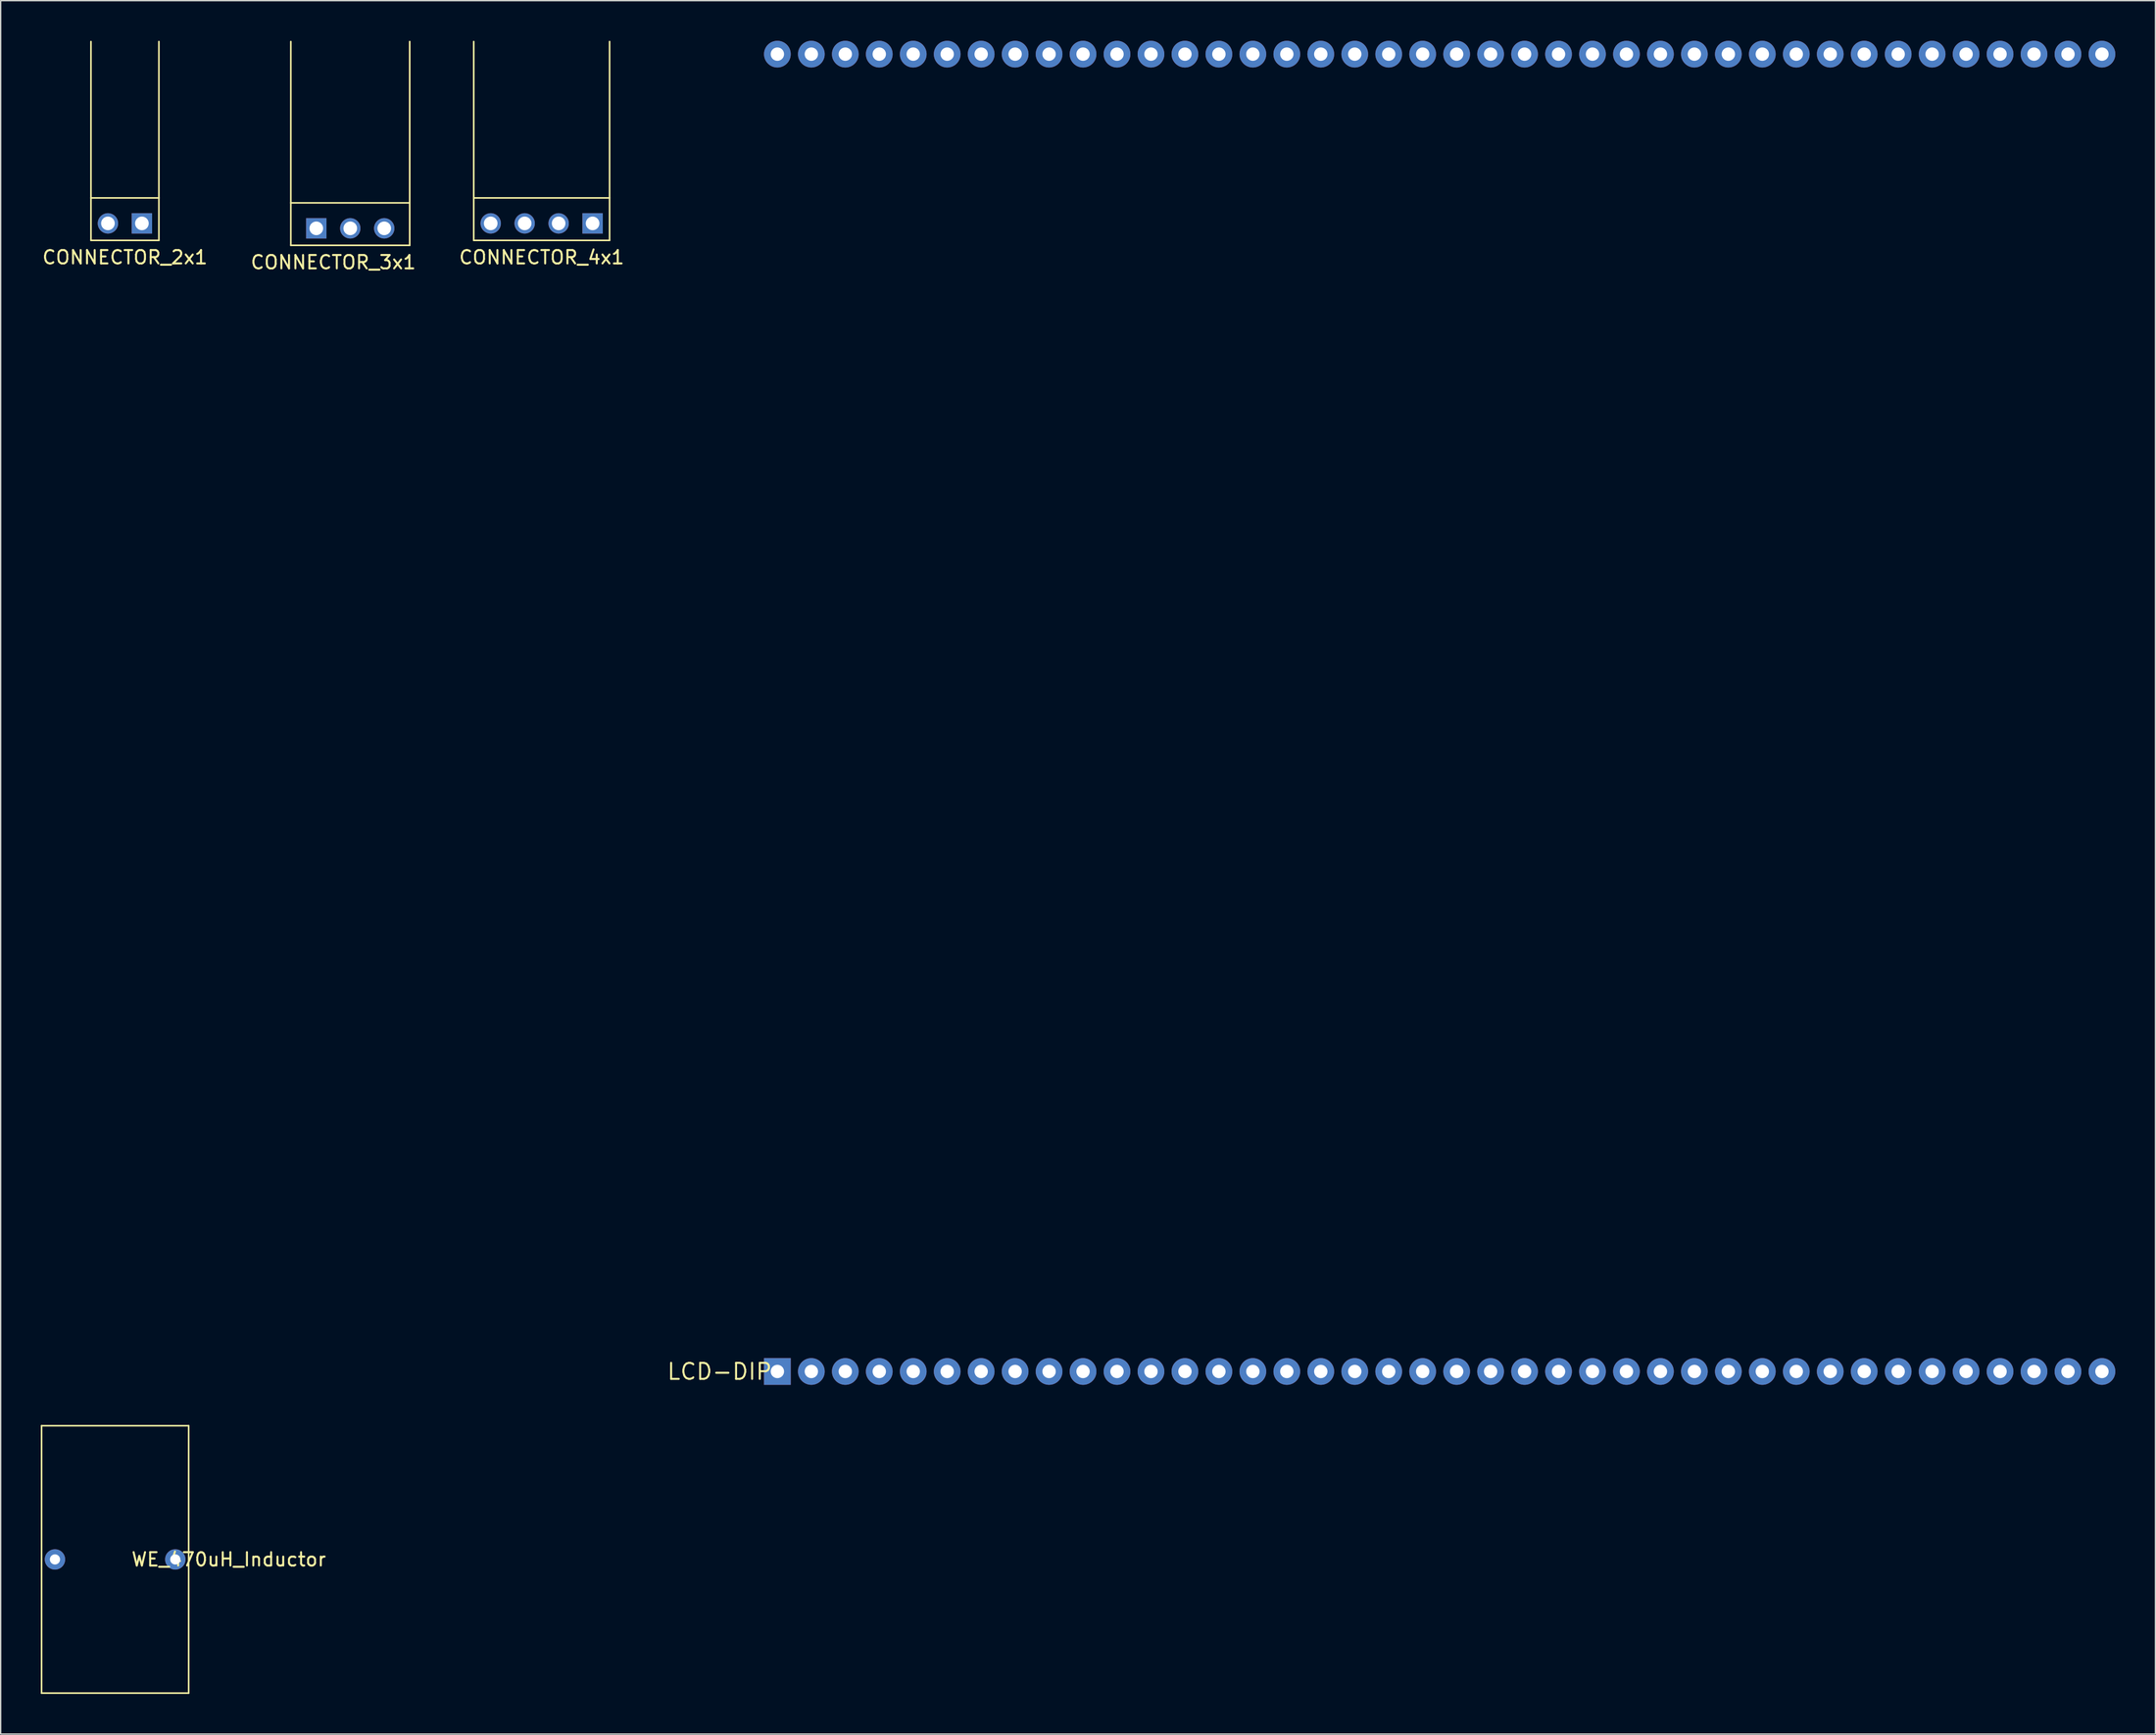
<source format=kicad_pcb>
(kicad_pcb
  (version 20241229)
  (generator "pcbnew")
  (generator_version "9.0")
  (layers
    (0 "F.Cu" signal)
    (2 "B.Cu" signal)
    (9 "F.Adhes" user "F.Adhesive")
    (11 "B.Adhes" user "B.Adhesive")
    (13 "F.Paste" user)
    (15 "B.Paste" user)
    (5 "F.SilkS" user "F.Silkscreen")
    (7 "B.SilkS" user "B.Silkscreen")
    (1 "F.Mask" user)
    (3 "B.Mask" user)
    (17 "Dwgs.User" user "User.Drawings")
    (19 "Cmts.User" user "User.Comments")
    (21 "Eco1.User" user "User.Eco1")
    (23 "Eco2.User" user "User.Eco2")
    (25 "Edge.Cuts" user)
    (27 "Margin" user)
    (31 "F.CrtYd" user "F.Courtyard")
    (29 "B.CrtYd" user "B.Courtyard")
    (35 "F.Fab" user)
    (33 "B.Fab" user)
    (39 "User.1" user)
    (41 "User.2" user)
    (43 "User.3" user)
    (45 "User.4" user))
  (footprint "CONNECTOR_4x1"
    (layer "F.Cu")
    (at 33.648 13.66)
    (property "Reference" "CONNECTOR_4x1" (at 3.81 2.54 0) (layer "F.SilkS") (effects (font (size 1 1) (thickness 0.15))))
    (attr through_hole)
    (fp_line (start -1.27 1.27) (end -1.27 -13.6) (stroke (width 0.12) (type solid)) (layer "F.SilkS"))
    (fp_line (start -1.27 1.27) (end 8.89 1.27) (stroke (width 0.12) (type solid)) (layer "F.SilkS"))
    (fp_line (start 8.89 -1.905) (end -1.27 -1.905) (stroke (width 0.12) (type solid)) (layer "F.SilkS"))
    (fp_line (start 8.89 1.27) (end 8.89 -13.6) (stroke (width 0.12) (type solid)) (layer "F.SilkS"))
    (pad "1" thru_hole rect (at 7.62 0) (size 1.524 1.524) (drill 1.02) (layers "*.Cu" "*.Mask"))
    (pad "2" thru_hole circle (at 5.08 0) (size 1.524 1.524) (drill 1.02) (layers "*.Cu" "*.Mask"))
    (pad "3" thru_hole circle (at 2.54 0) (size 1.524 1.524) (drill 1.02) (layers "*.Cu" "*.Mask"))
    (pad "4" thru_hole circle (at 0 0) (size 1.524 1.524) (drill 1.02) (layers "*.Cu" "*.Mask")))
  (footprint "WE_470uH_Inductor"
    (layer "F.Cu")
    (at 1.06 113.6)
    (property "Reference" "WE_470uH_Inductor" (at 13 0 0) (layer "F.SilkS") (effects (font (size 1 1) (thickness 0.15))))
    (attr through_hole)
    (fp_line (start -1 -10) (end -1 10) (stroke (width 0.12) (type solid)) (layer "F.SilkS"))
    (fp_line (start -1 -10) (end 10 -10) (stroke (width 0.12) (type solid)) (layer "F.SilkS"))
    (fp_line (start 10 10) (end -1 10) (stroke (width 0.12) (type solid)) (layer "F.SilkS"))
    (fp_line (start 10 10) (end 10 -10) (stroke (width 0.12) (type solid)) (layer "F.SilkS"))
    (pad "1" thru_hole circle (at 0 0) (size 1.524 1.524) (drill 0.762) (layers "*.Cu" "*.Mask"))
    (pad "2" thru_hole circle (at 9 0) (size 1.524 1.524) (drill 0.762) (layers "*.Cu" "*.Mask")))
  (footprint "LCD-DIP"
    (layer "F.Cu")
    (at 104.617 50.27)
    (property "Reference" "LCD-DIP" (at -53.848 49.276 180) (layer "F.SilkS") (effects (font (size 1.2 1.2) (thickness 0.15))))
    (attr through_hole)
    (pad "1" thru_hole rect (at -49.53 49.27) (size 2 2) (drill 1) (layers "*.Cu" "*.Mask"))
    (pad "2" thru_hole circle (at -46.99 49.27) (size 2 2) (drill 1) (layers "*.Cu" "*.Mask"))
    (pad "3" thru_hole circle (at -44.45 49.27) (size 2 2) (drill 1) (layers "*.Cu" "*.Mask"))
    (pad "4" thru_hole circle (at -41.91 49.27) (size 2 2) (drill 1) (layers "*.Cu" "*.Mask"))
    (pad "5" thru_hole circle (at -39.37 49.27) (size 2 2) (drill 1) (layers "*.Cu" "*.Mask"))
    (pad "6" thru_hole circle (at -36.83 49.27) (size 2 2) (drill 1) (layers "*.Cu" "*.Mask"))
    (pad "7" thru_hole circle (at -34.29 49.27) (size 2 2) (drill 1) (layers "*.Cu" "*.Mask"))
    (pad "8" thru_hole circle (at -31.75 49.27) (size 2 2) (drill 1) (layers "*.Cu" "*.Mask"))
    (pad "9" thru_hole circle (at -29.21 49.27) (size 2 2) (drill 1) (layers "*.Cu" "*.Mask"))
    (pad "10" thru_hole circle (at -26.67 49.27) (size 2 2) (drill 1) (layers "*.Cu" "*.Mask"))
    (pad "11" thru_hole circle (at -24.13 49.27) (size 2 2) (drill 1) (layers "*.Cu" "*.Mask"))
    (pad "12" thru_hole circle (at -21.59 49.27) (size 2 2) (drill 1) (layers "*.Cu" "*.Mask"))
    (pad "13" thru_hole circle (at -19.05 49.27) (size 2 2) (drill 1) (layers "*.Cu" "*.Mask"))
    (pad "14" thru_hole circle (at -16.51 49.27) (size 2 2) (drill 1) (layers "*.Cu" "*.Mask"))
    (pad "15" thru_hole circle (at -13.97 49.27) (size 2 2) (drill 1) (layers "*.Cu" "*.Mask"))
    (pad "16" thru_hole circle (at -11.43 49.27) (size 2 2) (drill 1) (layers "*.Cu" "*.Mask"))
    (pad "17" thru_hole circle (at -8.89 49.27) (size 2 2) (drill 1) (layers "*.Cu" "*.Mask"))
    (pad "18" thru_hole circle (at -6.35 49.27) (size 2 2) (drill 1) (layers "*.Cu" "*.Mask"))
    (pad "19" thru_hole circle (at -3.81 49.27) (size 2 2) (drill 1) (layers "*.Cu" "*.Mask"))
    (pad "20" thru_hole circle (at -1.27 49.27) (size 2 2) (drill 1) (layers "*.Cu" "*.Mask"))
    (pad "21" thru_hole circle (at 1.27 49.27) (size 2 2) (drill 1) (layers "*.Cu" "*.Mask"))
    (pad "22" thru_hole circle (at 3.81 49.27) (size 2 2) (drill 1) (layers "*.Cu" "*.Mask"))
    (pad "23" thru_hole circle (at 6.35 49.27) (size 2 2) (drill 1) (layers "*.Cu" "*.Mask"))
    (pad "24" thru_hole circle (at 8.89 49.27) (size 2 2) (drill 1) (layers "*.Cu" "*.Mask"))
    (pad "25" thru_hole circle (at 11.43 49.27) (size 2 2) (drill 1) (layers "*.Cu" "*.Mask"))
    (pad "26" thru_hole circle (at 13.97 49.27) (size 2 2) (drill 1) (layers "*.Cu" "*.Mask"))
    (pad "27" thru_hole circle (at 16.51 49.27) (size 2 2) (drill 1) (layers "*.Cu" "*.Mask"))
    (pad "28" thru_hole circle (at 19.05 49.27) (size 2 2) (drill 1) (layers "*.Cu" "*.Mask"))
    (pad "29" thru_hole circle (at 21.59 49.27) (size 2 2) (drill 1) (layers "*.Cu" "*.Mask"))
    (pad "30" thru_hole circle (at 24.13 49.27) (size 2 2) (drill 1) (layers "*.Cu" "*.Mask"))
    (pad "31" thru_hole circle (at 26.67 49.27) (size 2 2) (drill 1) (layers "*.Cu" "*.Mask"))
    (pad "32" thru_hole circle (at 29.21 49.27) (size 2 2) (drill 1) (layers "*.Cu" "*.Mask"))
    (pad "33" thru_hole circle (at 31.75 49.27) (size 2 2) (drill 1) (layers "*.Cu" "*.Mask"))
    (pad "34" thru_hole circle (at 34.29 49.27) (size 2 2) (drill 1) (layers "*.Cu" "*.Mask"))
    (pad "35" thru_hole circle (at 36.83 49.27) (size 2 2) (drill 1) (layers "*.Cu" "*.Mask"))
    (pad "36" thru_hole circle (at 39.37 49.27) (size 2 2) (drill 1) (layers "*.Cu" "*.Mask"))
    (pad "37" thru_hole circle (at 41.91 49.27) (size 2 2) (drill 1) (layers "*.Cu" "*.Mask"))
    (pad "38" thru_hole circle (at 44.45 49.27) (size 2 2) (drill 1) (layers "*.Cu" "*.Mask"))
    (pad "39" thru_hole circle (at 46.99 49.27) (size 2 2) (drill 1) (layers "*.Cu" "*.Mask"))
    (pad "40" thru_hole circle (at 49.53 49.27) (size 2 2) (drill 1) (layers "*.Cu" "*.Mask"))
    (pad "41" thru_hole circle (at 49.53 -49.27) (size 2 2) (drill 1) (layers "*.Cu" "*.Mask"))
    (pad "42" thru_hole circle (at 46.99 -49.27) (size 2 2) (drill 1) (layers "*.Cu" "*.Mask"))
    (pad "43" thru_hole circle (at 44.45 -49.27) (size 2 2) (drill 1) (layers "*.Cu" "*.Mask"))
    (pad "44" thru_hole circle (at 41.91 -49.27) (size 2 2) (drill 1) (layers "*.Cu" "*.Mask"))
    (pad "45" thru_hole circle (at 39.37 -49.27) (size 2 2) (drill 1) (layers "*.Cu" "*.Mask"))
    (pad "46" thru_hole circle (at 36.83 -49.27) (size 2 2) (drill 1) (layers "*.Cu" "*.Mask"))
    (pad "47" thru_hole circle (at 34.29 -49.27) (size 2 2) (drill 1) (layers "*.Cu" "*.Mask"))
    (pad "48" thru_hole circle (at 31.75 -49.27) (size 2 2) (drill 1) (layers "*.Cu" "*.Mask"))
    (pad "49" thru_hole circle (at 29.21 -49.27) (size 2 2) (drill 1) (layers "*.Cu" "*.Mask"))
    (pad "50" thru_hole circle (at 26.67 -49.27) (size 2 2) (drill 1) (layers "*.Cu" "*.Mask"))
    (pad "51" thru_hole circle (at 24.13 -49.27) (size 2 2) (drill 1) (layers "*.Cu" "*.Mask"))
    (pad "52" thru_hole circle (at 21.59 -49.27) (size 2 2) (drill 1) (layers "*.Cu" "*.Mask"))
    (pad "53" thru_hole circle (at 19.05 -49.27) (size 2 2) (drill 1) (layers "*.Cu" "*.Mask"))
    (pad "54" thru_hole circle (at 16.51 -49.27) (size 2 2) (drill 1) (layers "*.Cu" "*.Mask"))
    (pad "55" thru_hole circle (at 13.97 -49.27) (size 2 2) (drill 1) (layers "*.Cu" "*.Mask"))
    (pad "56" thru_hole circle (at 11.43 -49.27) (size 2 2) (drill 1) (layers "*.Cu" "*.Mask"))
    (pad "57" thru_hole circle (at 8.89 -49.27) (size 2 2) (drill 1) (layers "*.Cu" "*.Mask"))
    (pad "58" thru_hole circle (at 6.35 -49.27) (size 2 2) (drill 1) (layers "*.Cu" "*.Mask"))
    (pad "59" thru_hole circle (at 3.81 -49.27) (size 2 2) (drill 1) (layers "*.Cu" "*.Mask"))
    (pad "60" thru_hole circle (at 1.27 -49.27) (size 2 2) (drill 1) (layers "*.Cu" "*.Mask"))
    (pad "61" thru_hole circle (at -1.27 -49.27) (size 2 2) (drill 1) (layers "*.Cu" "*.Mask"))
    (pad "62" thru_hole circle (at -3.81 -49.27) (size 2 2) (drill 1) (layers "*.Cu" "*.Mask"))
    (pad "63" thru_hole circle (at -6.35 -49.27) (size 2 2) (drill 1) (layers "*.Cu" "*.Mask"))
    (pad "64" thru_hole circle (at -8.89 -49.27) (size 2 2) (drill 1) (layers "*.Cu" "*.Mask"))
    (pad "65" thru_hole circle (at -11.43 -49.27) (size 2 2) (drill 1) (layers "*.Cu" "*.Mask"))
    (pad "66" thru_hole circle (at -13.97 -49.27) (size 2 2) (drill 1) (layers "*.Cu" "*.Mask"))
    (pad "67" thru_hole circle (at -16.51 -49.27) (size 2 2) (drill 1) (layers "*.Cu" "*.Mask"))
    (pad "68" thru_hole circle (at -19.05 -49.27) (size 2 2) (drill 1) (layers "*.Cu" "*.Mask"))
    (pad "69" thru_hole circle (at -21.59 -49.27) (size 2 2) (drill 1) (layers "*.Cu" "*.Mask"))
    (pad "70" thru_hole circle (at -24.13 -49.27) (size 2 2) (drill 1) (layers "*.Cu" "*.Mask"))
    (pad "71" thru_hole circle (at -26.67 -49.27) (size 2 2) (drill 1) (layers "*.Cu" "*.Mask"))
    (pad "72" thru_hole circle (at -29.21 -49.27) (size 2 2) (drill 1) (layers "*.Cu" "*.Mask"))
    (pad "73" thru_hole circle (at -31.75 -49.27) (size 2 2) (drill 1) (layers "*.Cu" "*.Mask"))
    (pad "74" thru_hole circle (at -34.29 -49.27) (size 2 2) (drill 1) (layers "*.Cu" "*.Mask"))
    (pad "75" thru_hole circle (at -36.83 -49.27) (size 2 2) (drill 1) (layers "*.Cu" "*.Mask"))
    (pad "76" thru_hole circle (at -39.37 -49.27) (size 2 2) (drill 1) (layers "*.Cu" "*.Mask"))
    (pad "77" thru_hole circle (at -41.91 -49.27) (size 2 2) (drill 1) (layers "*.Cu" "*.Mask"))
    (pad "78" thru_hole circle (at -44.45 -49.27) (size 2 2) (drill 1) (layers "*.Cu" "*.Mask"))
    (pad "79" thru_hole circle (at -46.99 -49.27) (size 2 2) (drill 1) (layers "*.Cu" "*.Mask"))
    (pad "80" thru_hole circle (at -49.53 -49.27) (size 2 2) (drill 1) (layers "*.Cu" "*.Mask")))
  (footprint "CONNECTOR_2x1"
    (layer "F.Cu")
    (at 5.022 13.66)
    (property "Reference" "CONNECTOR_2x1" (at 1.27 2.54 0) (layer "F.SilkS") (effects (font (size 1 1) (thickness 0.15))))
    (attr through_hole)
    (fp_line (start -1.27 1.27) (end -1.27 -13.6) (stroke (width 0.12) (type solid)) (layer "F.SilkS"))
    (fp_line (start -1.27 1.27) (end 3.81 1.27) (stroke (width 0.12) (type solid)) (layer "F.SilkS"))
    (fp_line (start 3.81 -1.905) (end -1.27 -1.905) (stroke (width 0.12) (type solid)) (layer "F.SilkS"))
    (fp_line (start 3.81 1.27) (end 3.81 -13.6) (stroke (width 0.12) (type solid)) (layer "F.SilkS"))
    (pad "1" thru_hole rect (at 2.54 0) (size 1.524 1.524) (drill 1.02) (layers "*.Cu" "*.Mask"))
    (pad "2" thru_hole circle (at 0 0) (size 1.524 1.524) (drill 1.02) (layers "*.Cu" "*.Mask")))
  (footprint "CONNECTOR_3x1"
    (layer "F.Cu")
    (at 20.605 14.03)
    (property "Reference" "CONNECTOR_3x1" (at 1.27 2.54 0) (layer "F.SilkS") (effects (font (size 1 1) (thickness 0.15))))
    (attr through_hole)
    (fp_line (start -1.905 -1.905) (end 6.985 -1.905) (stroke (width 0.12) (type solid)) (layer "F.SilkS"))
    (fp_line (start -1.905 1.27) (end -1.905 -13.97) (stroke (width 0.12) (type solid)) (layer "F.SilkS"))
    (fp_line (start -1.905 1.27) (end 6.985 1.27) (stroke (width 0.12) (type solid)) (layer "F.SilkS"))
    (fp_line (start 6.985 1.27) (end 6.985 -13.97) (stroke (width 0.12) (type solid)) (layer "F.SilkS"))
    (pad "1" thru_hole rect (at 0 0) (size 1.524 1.524) (drill 1.02) (layers "*.Cu" "*.Mask"))
    (pad "2" thru_hole circle (at 2.54 0) (size 1.524 1.524) (drill 1.02) (layers "*.Cu" "*.Mask"))
    (pad "3" thru_hole circle (at 5.08 0) (size 1.524 1.524) (drill 1.02) (layers "*.Cu" "*.Mask")))
  (gr_rect
    (start -3 -3)
    (end 158.147 126.66)
    (stroke (width 0.1) (type default))
    (fill no)
    (layer "Edge.Cuts")))
</source>
